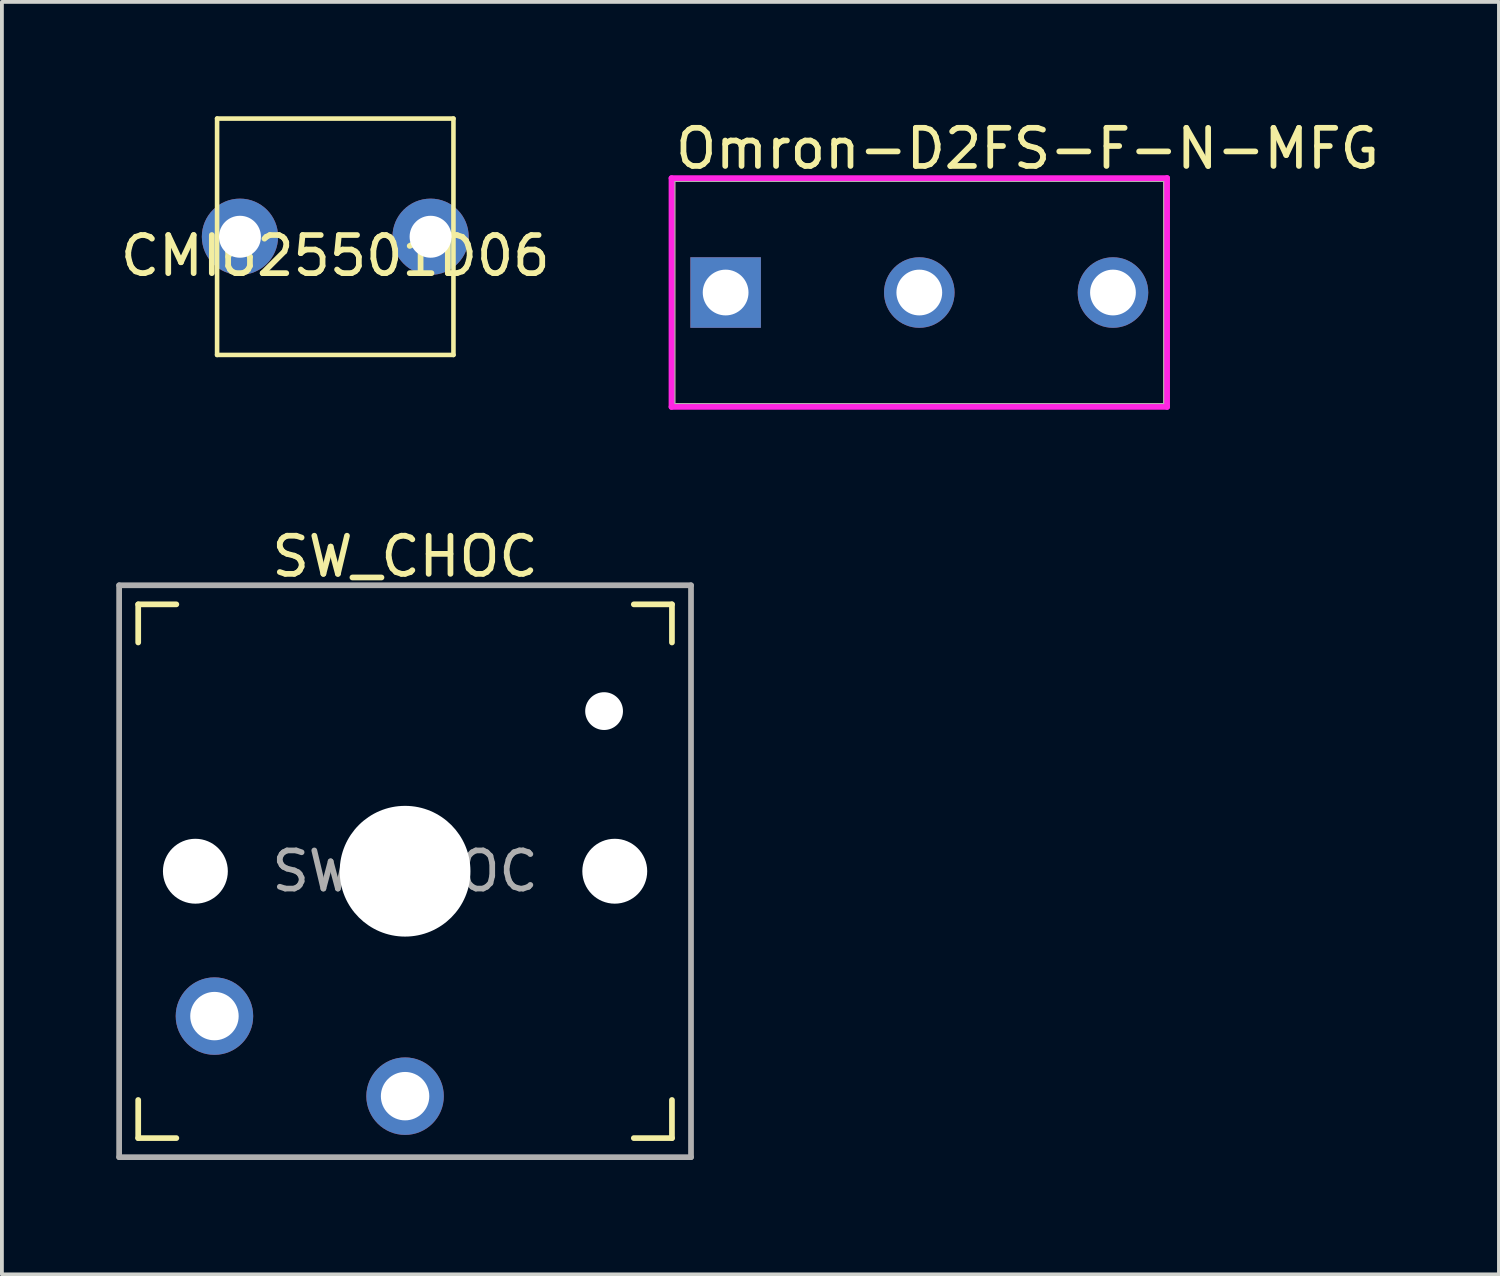
<source format=kicad_pcb>
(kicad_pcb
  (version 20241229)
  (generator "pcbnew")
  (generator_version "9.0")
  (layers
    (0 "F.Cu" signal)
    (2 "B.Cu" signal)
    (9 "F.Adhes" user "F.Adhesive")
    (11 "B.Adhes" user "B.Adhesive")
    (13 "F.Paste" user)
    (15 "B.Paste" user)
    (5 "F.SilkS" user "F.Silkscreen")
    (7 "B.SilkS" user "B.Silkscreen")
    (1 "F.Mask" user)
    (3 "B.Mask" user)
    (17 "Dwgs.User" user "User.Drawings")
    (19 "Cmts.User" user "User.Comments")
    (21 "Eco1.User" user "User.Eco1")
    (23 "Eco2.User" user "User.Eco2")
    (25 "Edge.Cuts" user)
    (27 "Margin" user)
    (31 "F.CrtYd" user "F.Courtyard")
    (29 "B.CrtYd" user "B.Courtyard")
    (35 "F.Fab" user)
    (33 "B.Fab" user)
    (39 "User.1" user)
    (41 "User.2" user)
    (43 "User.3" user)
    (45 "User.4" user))
  (footprint "Omron-D2FS-F-N-MFG"
    (layer "F.Cu")
    (at 21.063 4.623)
    (property "Reference" "Omron-D2FS-F-N-MFG" (at -6.475 -3.775 0) (layer "F.SilkS") (effects (font (size 1 1) (thickness 0.15)) (justify left)))
    (attr through_hole)
    (fp_line (start -6.475 -2.975) (end 6.475 -2.975) (stroke (width 0.15) (type solid)) (layer "F.SilkS"))
    (fp_line (start -6.475 2.975) (end -6.475 -2.975) (stroke (width 0.15) (type solid)) (layer "F.SilkS"))
    (fp_line (start -6.475 2.975) (end 6.475 2.975) (stroke (width 0.15) (type solid)) (layer "F.SilkS"))
    (fp_line (start 6.475 2.975) (end 6.475 -2.975) (stroke (width 0.15) (type solid)) (layer "F.SilkS"))
    (fp_line (start -6.5 -3) (end -6.5 3) (stroke (width 0.15) (type solid)) (layer "F.CrtYd"))
    (fp_line (start -6.5 3) (end 6.5 3) (stroke (width 0.15) (type solid)) (layer "F.CrtYd"))
    (fp_line (start 6.5 -3) (end -6.5 -3) (stroke (width 0.15) (type solid)) (layer "F.CrtYd"))
    (fp_line (start 6.5 -3) (end 6.5 -3) (stroke (width 0.15) (type solid)) (layer "F.CrtYd"))
    (fp_line (start 6.5 3) (end 6.5 -3) (stroke (width 0.15) (type solid)) (layer "F.CrtYd"))
    (fp_line (start -6.475 -2.975) (end 6.475 -2.975) (stroke (width 0.15) (type solid)) (layer "F.Fab"))
    (fp_line (start -6.475 2.975) (end -6.475 -2.975) (stroke (width 0.15) (type solid)) (layer "F.Fab"))
    (fp_line (start 6.475 -2.975) (end 6.475 2.975) (stroke (width 0.15) (type solid)) (layer "F.Fab"))
    (fp_line (start 6.475 2.975) (end -6.475 2.975) (stroke (width 0.15) (type solid)) (layer "F.Fab"))
    (pad "1" thru_hole rect (at -5.08 0) (size 1.85 1.85) (drill 1.2) (layers "*.Cu"))
    (pad "2" thru_hole circle (at 0 0) (size 1.85 1.85) (drill 1.2) (layers "*.Cu"))
    (pad "3" thru_hole circle (at 5.08 0) (size 1.85 1.85) (drill 1.2) (layers "*.Cu")))
  (footprint "CMI625501D06"
    (layer "F.Cu")
    (at 5.744 3.16)
    (property "Reference" "CMI625501D06" (at 0 0.5 0) (layer "F.SilkS") (effects (font (size 1 1) (thickness 0.15))))
    (attr through_hole)
    (fp_line (start -3.1 -3.1) (end 3.1 -3.1) (stroke (width 0.12) (type solid)) (layer "F.SilkS"))
    (fp_line (start -3.1 3.1) (end -3.1 -3.1) (stroke (width 0.12) (type solid)) (layer "F.SilkS"))
    (fp_line (start 3.1 -3.1) (end 3.1 3.1) (stroke (width 0.12) (type solid)) (layer "F.SilkS"))
    (fp_line (start 3.1 3.1) (end -3.1 3.1) (stroke (width 0.12) (type solid)) (layer "F.SilkS"))
    (pad "1" thru_hole circle (at -2.5 0) (size 2 2) (drill 1.1) (layers "*.Cu" "*.Mask"))
    (pad "2" thru_hole circle (at 2.5 0) (size 2 2) (drill 1.1) (layers "*.Cu" "*.Mask")))
  (footprint "SW_CHOC"
    (layer "F.Cu")
    (at 7.575 19.802)
    (property "Reference" "SW_CHOC" (at 0 -8.255 0) (layer "F.SilkS") (effects (font (size 1 1) (thickness 0.15))))
    (attr through_hole)
    (fp_line (start -7 -6) (end -7 -7) (stroke (width 0.15) (type solid)) (layer "F.SilkS"))
    (fp_line (start -7 7) (end -7 6) (stroke (width 0.15) (type solid)) (layer "F.SilkS"))
    (fp_line (start -7 7) (end -6 7) (stroke (width 0.15) (type solid)) (layer "F.SilkS"))
    (fp_line (start -6 -7) (end -7 -7) (stroke (width 0.15) (type solid)) (layer "F.SilkS"))
    (fp_line (start 6 7) (end 7 7) (stroke (width 0.15) (type solid)) (layer "F.SilkS"))
    (fp_line (start 7 -7) (end 6 -7) (stroke (width 0.15) (type solid)) (layer "F.SilkS"))
    (fp_line (start 7 -7) (end 7 -6) (stroke (width 0.15) (type solid)) (layer "F.SilkS"))
    (fp_line (start 7 6) (end 7 7) (stroke (width 0.15) (type solid)) (layer "F.SilkS"))
    (fp_line (start -6.9 6.9) (end -6.9 -6.9) (stroke (width 0.15) (type solid)) (layer "Eco2.User"))
    (fp_line (start -6.9 6.9) (end 6.9 6.9) (stroke (width 0.15) (type solid)) (layer "Eco2.User"))
    (fp_line (start -2.6 -3.1) (end -2.6 -6.3) (stroke (width 0.15) (type solid)) (layer "Eco2.User"))
    (fp_line (start -2.6 -3.1) (end 2.6 -3.1) (stroke (width 0.15) (type solid)) (layer "Eco2.User"))
    (fp_line (start 2.6 -6.3) (end -2.6 -6.3) (stroke (width 0.15) (type solid)) (layer "Eco2.User"))
    (fp_line (start 2.6 -3.1) (end 2.6 -6.3) (stroke (width 0.15) (type solid)) (layer "Eco2.User"))
    (fp_line (start 6.9 -6.9) (end -6.9 -6.9) (stroke (width 0.15) (type solid)) (layer "Eco2.User"))
    (fp_line (start 6.9 -6.9) (end 6.9 6.9) (stroke (width 0.15) (type solid)) (layer "Eco2.User"))
    (fp_line (start -7.5 -7.5) (end 7.5 -7.5) (stroke (width 0.15) (type solid)) (layer "F.Fab"))
    (fp_line (start -7.5 7.5) (end -7.5 -7.5) (stroke (width 0.15) (type solid)) (layer "F.Fab"))
    (fp_line (start 7.5 -7.5) (end 7.5 7.5) (stroke (width 0.15) (type solid)) (layer "F.Fab"))
    (fp_line (start 7.5 7.5) (end -7.5 7.5) (stroke (width 0.15) (type solid)) (layer "F.Fab"))
    (fp_text user "${REFERENCE}" (at 0 0 0) (layer "F.Fab") (effects (font (size 1 1) (thickness 0.15))))
    (pad "" np_thru_hole circle (at -5.5 0) (size 1.702 1.702) (drill 1.702) (layers "*.Cu" "*.Mask"))
    (pad "" np_thru_hole circle (at 0 0) (size 3.429 3.429) (drill 3.429) (layers "*.Cu" "*.Mask"))
    (pad "" np_thru_hole circle (at 5.22 -4.2) (size 0.991 0.991) (drill 0.991) (layers "*.Cu" "*.Mask"))
    (pad "" np_thru_hole circle (at 5.5 0) (size 1.702 1.702) (drill 1.702) (layers "*.Cu" "*.Mask"))
    (pad "1" thru_hole circle (at 0 5.9) (size 2.032 2.032) (drill 1.27) (layers "*.Cu" "*.Mask"))
    (pad "2" thru_hole circle (at -5 3.8) (size 2.032 2.032) (drill 1.27) (layers "*.Cu" "*.Mask")))
  (gr_rect
    (start -3 -3)
    (end 36.267 30.377)
    (stroke (width 0.1) (type default))
    (fill no)
    (layer "Edge.Cuts")))
</source>
